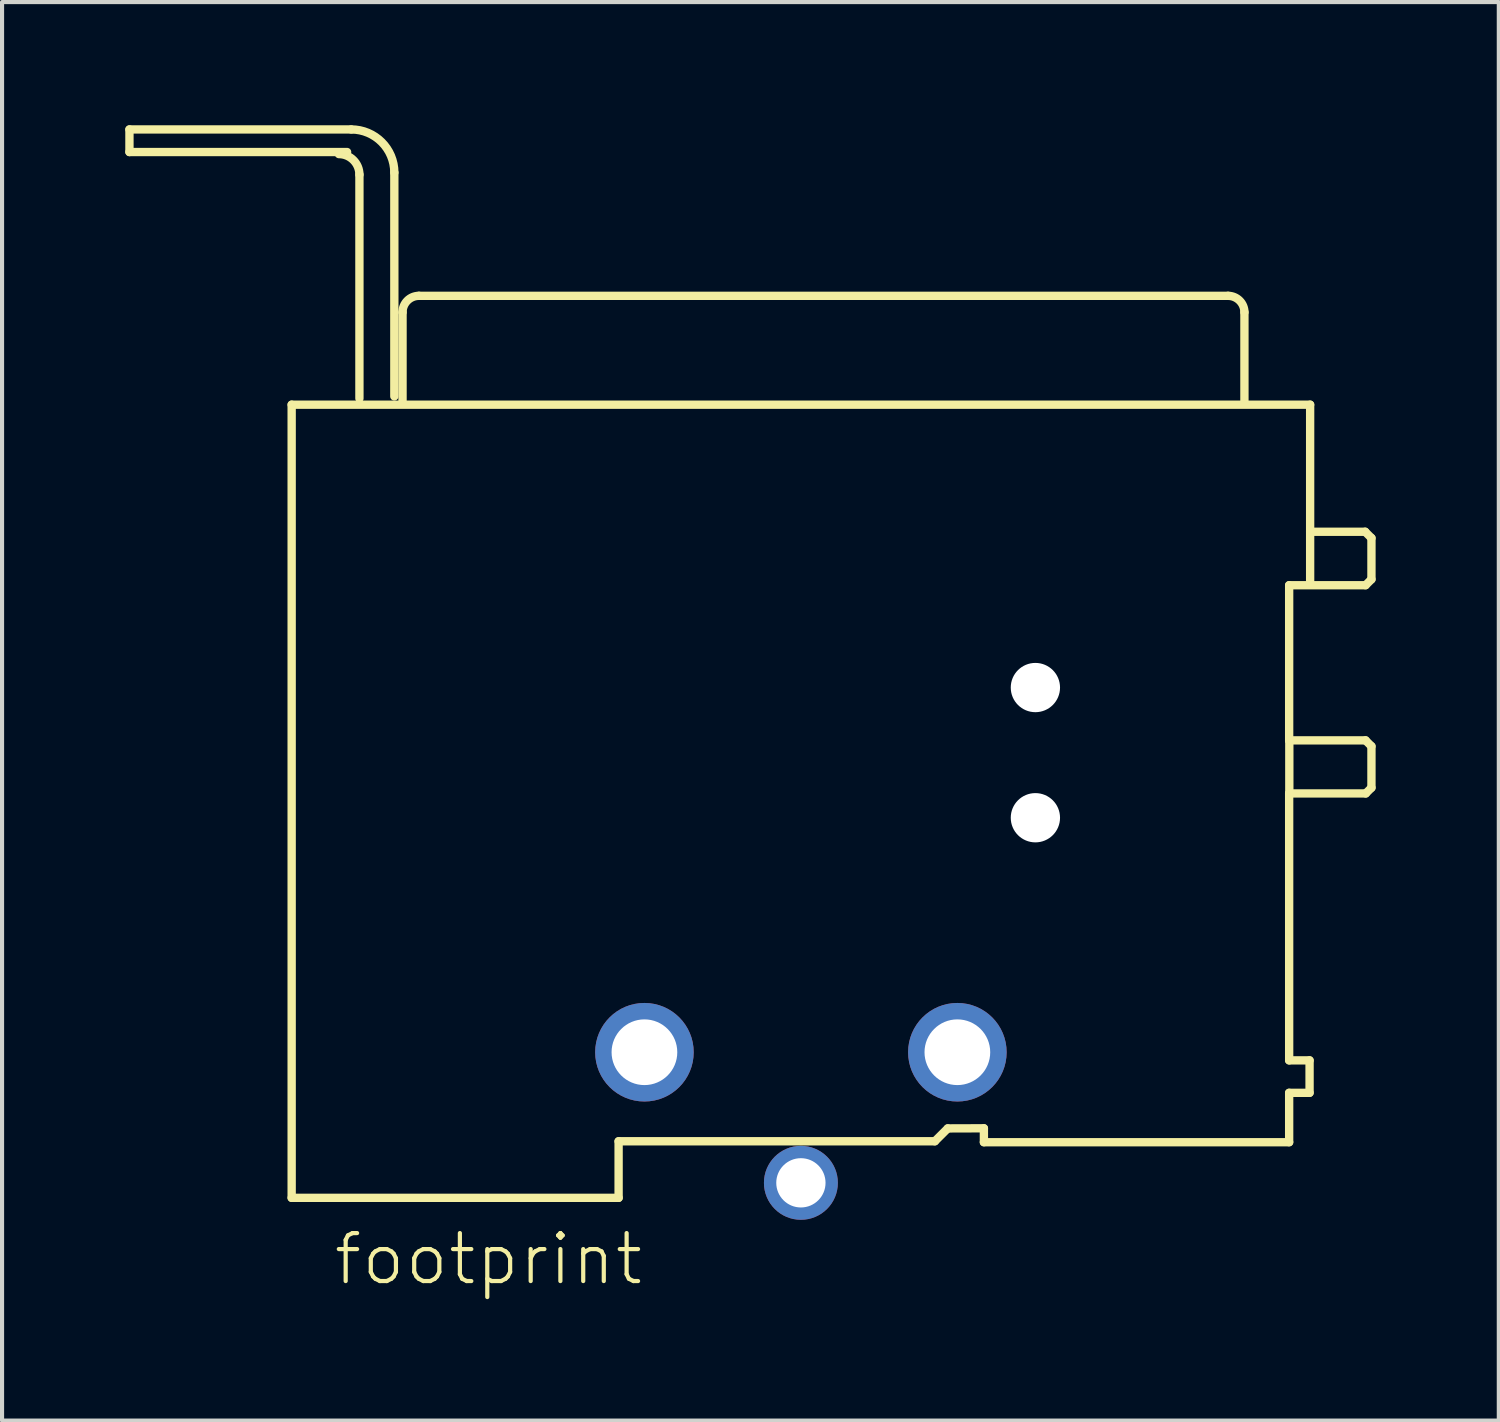
<source format=kicad_pcb>
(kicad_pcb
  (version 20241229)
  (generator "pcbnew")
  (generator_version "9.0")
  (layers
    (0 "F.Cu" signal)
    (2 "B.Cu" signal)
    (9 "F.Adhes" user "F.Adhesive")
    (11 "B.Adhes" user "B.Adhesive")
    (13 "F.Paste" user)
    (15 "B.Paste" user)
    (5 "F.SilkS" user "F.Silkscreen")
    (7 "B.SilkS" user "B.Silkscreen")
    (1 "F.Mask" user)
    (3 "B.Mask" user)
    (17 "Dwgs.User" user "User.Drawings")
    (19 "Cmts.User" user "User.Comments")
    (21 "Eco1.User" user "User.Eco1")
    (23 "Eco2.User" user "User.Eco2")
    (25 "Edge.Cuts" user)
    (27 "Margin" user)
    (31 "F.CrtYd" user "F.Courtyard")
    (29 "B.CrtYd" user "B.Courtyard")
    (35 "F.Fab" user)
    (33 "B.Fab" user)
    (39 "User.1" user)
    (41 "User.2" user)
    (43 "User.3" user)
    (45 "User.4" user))
  (footprint "footprint"
    (layer "F.Cu")
    (at 16.452 25.752)
    (property "Reference" "footprint" (at -11.43 2.54 0) (layer "F.SilkS") (effects (font (size 1.168 1.168) (thickness 0.102)) (justify left bottom)))
    (fp_line (start -16.35 -25.65) (end -16.35 -25.1) (stroke (width 0.203) (type solid)) (layer "F.SilkS"))
    (fp_line (start -16.35 -25.1) (end -11.05 -25.1) (stroke (width 0.203) (type solid)) (layer "F.SilkS"))
    (fp_line (start -12.4 -18.948) (end -12.4 0.366) (stroke (width 0.203) (type solid)) (layer "F.SilkS"))
    (fp_line (start -12.4 0.366) (end -4.439 0.366) (stroke (width 0.203) (type solid)) (layer "F.SilkS"))
    (fp_line (start -10.95 -25.65) (end -16.35 -25.65) (stroke (width 0.203) (type solid)) (layer "F.SilkS"))
    (fp_line (start -10.75 -19.1) (end -10.75 -24.55) (stroke (width 0.203) (type solid)) (layer "F.SilkS"))
    (fp_line (start -9.9 -19.15) (end -9.9 -24.6) (stroke (width 0.203) (type solid)) (layer "F.SilkS"))
    (fp_line (start -9.7 -21.198) (end -9.7 -19.049) (stroke (width 0.203) (type solid)) (layer "F.SilkS"))
    (fp_line (start -4.439 -1.012) (end 3.262 -1.012) (stroke (width 0.203) (type solid)) (layer "F.SilkS"))
    (fp_line (start -4.439 0.366) (end -4.439 -1.012) (stroke (width 0.203) (type solid)) (layer "F.SilkS"))
    (fp_line (start 3.262 -1.012) (end 3.576 -1.325) (stroke (width 0.203) (type solid)) (layer "F.SilkS"))
    (fp_line (start 3.576 -1.325) (end 4.456 -1.328) (stroke (width 0.203) (type solid)) (layer "F.SilkS"))
    (fp_line (start 4.456 -0.989) (end 11.889 -0.989) (stroke (width 0.203) (type solid)) (layer "F.SilkS"))
    (fp_line (start 4.456 -1.328) (end 4.456 -0.989) (stroke (width 0.203) (type solid)) (layer "F.SilkS"))
    (fp_line (start 10.4 -21.599) (end -9.3 -21.599) (stroke (width 0.203) (type solid)) (layer "F.SilkS"))
    (fp_line (start 10.8 -19.049) (end 10.8 -21.198) (stroke (width 0.203) (type solid)) (layer "F.SilkS"))
    (fp_line (start 11.889 -14.552) (end 13.75 -14.552) (stroke (width 0.203) (type solid)) (layer "F.SilkS"))
    (fp_line (start 11.889 -10.774) (end 11.889 -14.552) (stroke (width 0.203) (type solid)) (layer "F.SilkS"))
    (fp_line (start 11.889 -9.482) (end 13.755 -9.482) (stroke (width 0.203) (type solid)) (layer "F.SilkS"))
    (fp_line (start 11.889 -2.982) (end 11.889 -9.482) (stroke (width 0.203) (type solid)) (layer "F.SilkS"))
    (fp_line (start 11.889 -2.192) (end 12.386 -2.192) (stroke (width 0.203) (type solid)) (layer "F.SilkS"))
    (fp_line (start 11.889 -0.989) (end 11.889 -2.192) (stroke (width 0.203) (type solid)) (layer "F.SilkS"))
    (fp_line (start 11.893 -9.521) (end 11.893 -10.755) (stroke (width 0.203) (type solid)) (layer "F.SilkS"))
    (fp_line (start 12.386 -2.982) (end 11.889 -2.982) (stroke (width 0.203) (type solid)) (layer "F.SilkS"))
    (fp_line (start 12.386 -2.192) (end 12.386 -2.982) (stroke (width 0.203) (type solid)) (layer "F.SilkS"))
    (fp_line (start 12.4 -18.948) (end -12.4 -18.948) (stroke (width 0.203) (type solid)) (layer "F.SilkS"))
    (fp_line (start 12.4 -15.854) (end 12.4 -18.948) (stroke (width 0.203) (type solid)) (layer "F.SilkS"))
    (fp_line (start 12.4 -14.609) (end 12.4 -15.844) (stroke (width 0.203) (type solid)) (layer "F.SilkS"))
    (fp_line (start 13.74 -15.854) (end 12.4 -15.854) (stroke (width 0.203) (type solid)) (layer "F.SilkS"))
    (fp_line (start 13.75 -14.552) (end 13.893 -14.695) (stroke (width 0.203) (type solid)) (layer "F.SilkS"))
    (fp_line (start 13.75 -10.774) (end 11.889 -10.774) (stroke (width 0.203) (type solid)) (layer "F.SilkS"))
    (fp_line (start 13.755 -9.482) (end 13.893 -9.62) (stroke (width 0.203) (type solid)) (layer "F.SilkS"))
    (fp_line (start 13.893 -15.701) (end 13.74 -15.854) (stroke (width 0.203) (type solid)) (layer "F.SilkS"))
    (fp_line (start 13.893 -14.695) (end 13.893 -15.701) (stroke (width 0.203) (type solid)) (layer "F.SilkS"))
    (fp_line (start 13.893 -10.631) (end 13.75 -10.774) (stroke (width 0.203) (type solid)) (layer "F.SilkS"))
    (fp_line (start 13.893 -9.62) (end 13.893 -10.631) (stroke (width 0.203) (type solid)) (layer "F.SilkS"))
    (fp_arc (start -11.25 -25.05) (mid -10.896447 -24.903553) (end -10.75 -24.55) (stroke (width 0.2032) (type solid)) (layer "F.SilkS"))
    (fp_arc (start -10.95 -25.65) (mid -10.207538 -25.342462) (end -9.9 -24.6) (stroke (width 0.2032) (type solid)) (layer "F.SilkS"))
    (fp_arc (start -9.7 -21.1985) (mid -9.582843 -21.481343) (end -9.3 -21.5985) (stroke (width 0.2032) (type solid)) (layer "F.SilkS"))
    (fp_arc (start 10.4 -21.5985) (mid 10.682843 -21.481343) (end 10.8 -21.1985) (stroke (width 0.2032) (type solid)) (layer "F.SilkS"))
    (pad "" np_thru_hole circle (at 5.71 -12.06) (size 1.2 1.2) (drill 1.2) (layers "*.Cu" "*.Mask"))
    (pad "" np_thru_hole circle (at 5.71 -8.89) (size 1.2 1.2) (drill 1.2) (layers "*.Cu" "*.Mask"))
    (pad "1+G" thru_hole circle (at -3.81 -3.18) (size 2.4 2.4) (drill 1.6) (layers "*.Cu" "*.Mask"))
    (pad "2" thru_hole circle (at 0 0) (size 1.8 1.8) (drill 1.2) (layers "*.Cu" "*.Mask"))
    (pad "3" thru_hole circle (at 3.81 -3.18) (size 2.4 2.4) (drill 1.6) (layers "*.Cu" "*.Mask")))
  (gr_rect
    (start -3 -3)
    (end 33.446 31.542)
    (stroke (width 0.1) (type default))
    (fill no)
    (layer "Edge.Cuts")))
</source>
